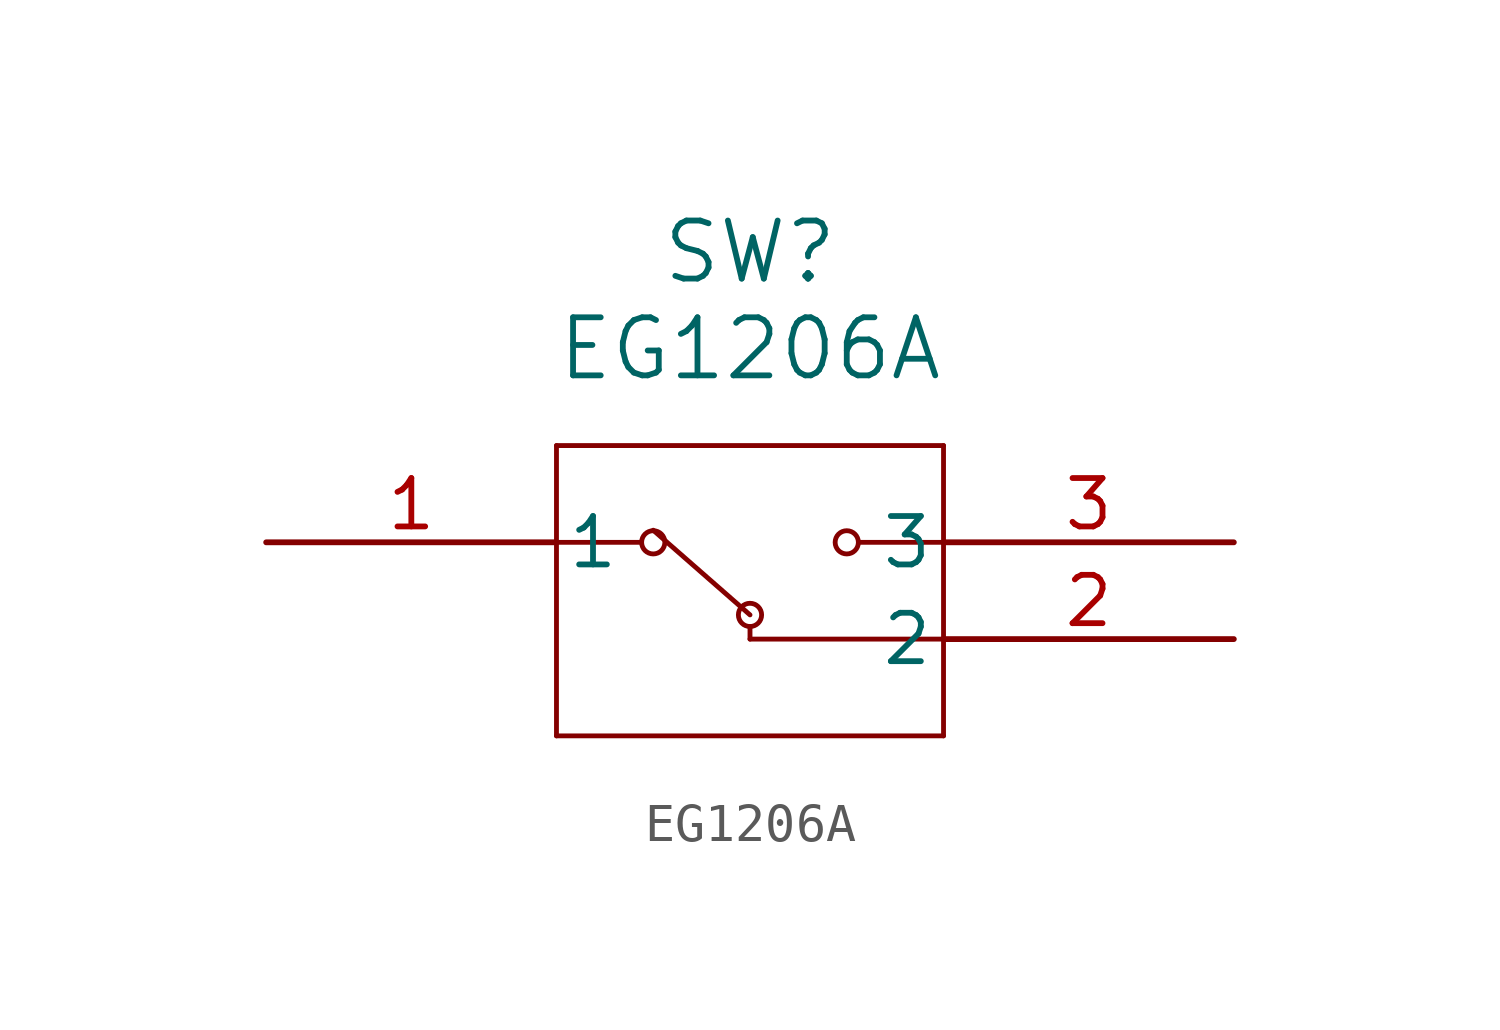
<source format=kicad_sym>
(kicad_symbol_lib
  (version 20211014)
  (generator kicad_symbol_editor)
  (symbol "EG1206A"
    (pin_names
      (offset 0.254))
    (property "Reference" "SW"
      (at 12.7 7.62 0)
      (effects (font (size 1.524 1.524))))
    (property "Value" "EG1206A"
      (at 12.7 5.08 0)
      (effects (font (size 1.524 1.524))))
    (symbol "EG1206A_0_1"
      (polyline (pts (xy 7.62 2.54) (xy 7.62 -5.08)) (stroke (width 0.127) (type default) (color 0 0 0 0)) (fill (type none)))
      (polyline (pts (xy 7.62 -5.08) (xy 17.78 -5.08)) (stroke (width 0.127) (type default) (color 0 0 0 0)) (fill (type none)))
      (polyline (pts (xy 17.78 -5.08) (xy 17.78 2.54)) (stroke (width 0.127) (type default) (color 0 0 0 0)) (fill (type none)))
      (polyline (pts (xy 17.78 2.54) (xy 7.62 2.54)) (stroke (width 0.127) (type default) (color 0 0 0 0)) (fill (type none)))
      (polyline (pts (xy 7.62 0) (xy 9.842 0)) (stroke (width 0.127) (type default) (color 0 0 0 0)) (fill (type none)))
      (polyline (pts (xy 17.78 0) (xy 15.557 0)) (stroke (width 0.127) (type default) (color 0 0 0 0)) (fill (type none)))
      (polyline (pts (xy 17.78 -2.54) (xy 12.7 -2.54)) (stroke (width 0.127) (type default) (color 0 0 0 0)) (fill (type none)))
      (polyline (pts (xy 12.7 -2.21) (xy 12.7 -2.54)) (stroke (width 0.127) (type default) (color 0 0 0 0)) (fill (type none)))
      (circle (center 12.7 -1.905) (radius 0.305) (stroke (width 0.127) (type default) (color 0 0 0 0)) (fill (type none)))
      (circle (center 15.24 0) (radius 0.305) (stroke (width 0.127) (type default) (color 0 0 0 0)) (fill (type none)))
      (circle (center 10.16 0) (radius 0.305) (stroke (width 0.127) (type default) (color 0 0 0 0)) (fill (type none)))
      (polyline (pts (xy 12.7 -1.905) (xy 10.16 0.318)) (stroke (width 0.127) (type default) (color 0 0 0 0)) (fill (type none)))
      (pin unspecified line (at 0 0 0) (length 7.62) (name "1" (effects (font (size 1.27 1.27)))) (number "1" (effects (font (size 1.27 1.27)))))
      (pin unspecified line (at 25.4 -2.54 180) (length 7.62) (name "2" (effects (font (size 1.27 1.27)))) (number "2" (effects (font (size 1.27 1.27)))))
      (pin unspecified line (at 25.4 0 180) (length 7.62) (name "3" (effects (font (size 1.27 1.27)))) (number "3" (effects (font (size 1.27 1.27))))))))
</source>
